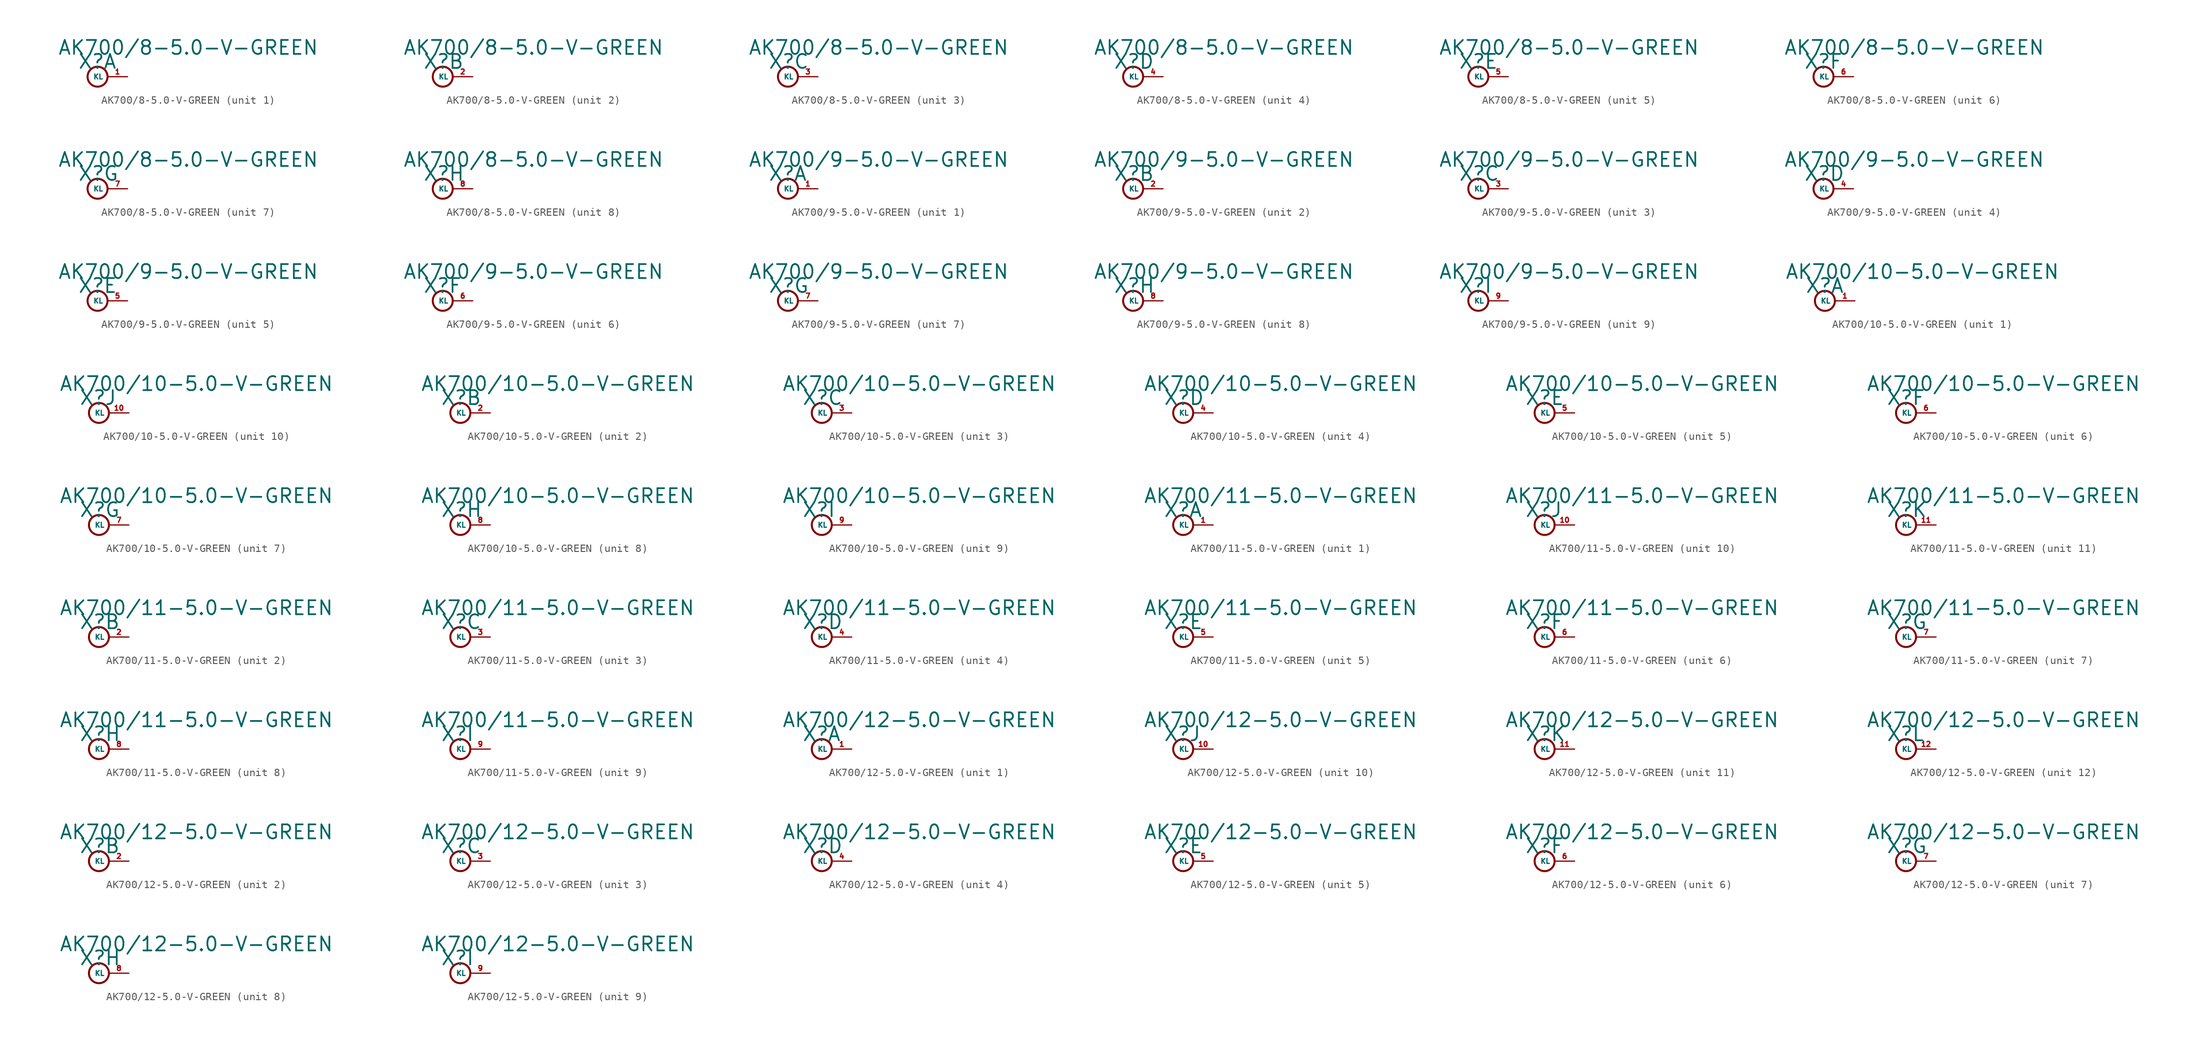
<source format=kicad_sym>
(kicad_symbol_lib
  (version 20220914)
  (generator Eagle2Kicad)
  (symbol "AK700/8-5.0-V-GREEN"
    (property "Reference" "X"
      (at -1.27 0.889 0)
      (effects (font (size 1.778 1.778) (thickness 0.22)) (justify left bottom)))
    (property "Value" "AK700/8-5.0-V-GREEN"
      (at -3.81 2.667 0)
      (effects (font (size 1.778 1.778) (thickness 0.22)) (justify left bottom)))
    (symbol "AK700/8-5.0-V-GREEN_1_0"
      (circle (center 1.27 0) (radius 1.27) (stroke (width 0.254) (type default)) (fill (type none)))
      (pin passive line (at 5.08 0 180) (length 2.54) (name "KL" (effects (font (size 0.635 0.635) (thickness 0.08)) (justify left bottom))) (number "1" (effects (font (size 0.635 0.635) (thickness 0.08)) (justify left bottom)))))
    (symbol "AK700/8-5.0-V-GREEN_2_0"
      (circle (center 1.27 0) (radius 1.27) (stroke (width 0.254) (type default)) (fill (type none)))
      (pin passive line (at 5.08 0 180) (length 2.54) (name "KL" (effects (font (size 0.635 0.635) (thickness 0.08)) (justify left bottom))) (number "2" (effects (font (size 0.635 0.635) (thickness 0.08)) (justify left bottom)))))
    (symbol "AK700/8-5.0-V-GREEN_3_0"
      (circle (center 1.27 0) (radius 1.27) (stroke (width 0.254) (type default)) (fill (type none)))
      (pin passive line (at 5.08 0 180) (length 2.54) (name "KL" (effects (font (size 0.635 0.635) (thickness 0.08)) (justify left bottom))) (number "3" (effects (font (size 0.635 0.635) (thickness 0.08)) (justify left bottom)))))
    (symbol "AK700/8-5.0-V-GREEN_4_0"
      (circle (center 1.27 0) (radius 1.27) (stroke (width 0.254) (type default)) (fill (type none)))
      (pin passive line (at 5.08 0 180) (length 2.54) (name "KL" (effects (font (size 0.635 0.635) (thickness 0.08)) (justify left bottom))) (number "4" (effects (font (size 0.635 0.635) (thickness 0.08)) (justify left bottom)))))
    (symbol "AK700/8-5.0-V-GREEN_5_0"
      (circle (center 1.27 0) (radius 1.27) (stroke (width 0.254) (type default)) (fill (type none)))
      (pin passive line (at 5.08 0 180) (length 2.54) (name "KL" (effects (font (size 0.635 0.635) (thickness 0.08)) (justify left bottom))) (number "5" (effects (font (size 0.635 0.635) (thickness 0.08)) (justify left bottom)))))
    (symbol "AK700/8-5.0-V-GREEN_6_0"
      (circle (center 1.27 0) (radius 1.27) (stroke (width 0.254) (type default)) (fill (type none)))
      (pin passive line (at 5.08 0 180) (length 2.54) (name "KL" (effects (font (size 0.635 0.635) (thickness 0.08)) (justify left bottom))) (number "6" (effects (font (size 0.635 0.635) (thickness 0.08)) (justify left bottom)))))
    (symbol "AK700/8-5.0-V-GREEN_7_0"
      (circle (center 1.27 0) (radius 1.27) (stroke (width 0.254) (type default)) (fill (type none)))
      (pin passive line (at 5.08 0 180) (length 2.54) (name "KL" (effects (font (size 0.635 0.635) (thickness 0.08)) (justify left bottom))) (number "7" (effects (font (size 0.635 0.635) (thickness 0.08)) (justify left bottom)))))
    (symbol "AK700/8-5.0-V-GREEN_8_0"
      (circle (center 1.27 0) (radius 1.27) (stroke (width 0.254) (type default)) (fill (type none)))
      (pin passive line (at 5.08 0 180) (length 2.54) (name "KL" (effects (font (size 0.635 0.635) (thickness 0.08)) (justify left bottom))) (number "8" (effects (font (size 0.635 0.635) (thickness 0.08)) (justify left bottom))))))
  (symbol "AK700/9-5.0-V-GREEN"
    (property "Reference" "X"
      (at -1.27 0.889 0)
      (effects (font (size 1.778 1.778) (thickness 0.22)) (justify left bottom)))
    (property "Value" "AK700/9-5.0-V-GREEN"
      (at -3.81 2.667 0)
      (effects (font (size 1.778 1.778) (thickness 0.22)) (justify left bottom)))
    (symbol "AK700/9-5.0-V-GREEN_1_0"
      (circle (center 1.27 0) (radius 1.27) (stroke (width 0.254) (type default)) (fill (type none)))
      (pin passive line (at 5.08 0 180) (length 2.54) (name "KL" (effects (font (size 0.635 0.635) (thickness 0.08)) (justify left bottom))) (number "1" (effects (font (size 0.635 0.635) (thickness 0.08)) (justify left bottom)))))
    (symbol "AK700/9-5.0-V-GREEN_2_0"
      (circle (center 1.27 0) (radius 1.27) (stroke (width 0.254) (type default)) (fill (type none)))
      (pin passive line (at 5.08 0 180) (length 2.54) (name "KL" (effects (font (size 0.635 0.635) (thickness 0.08)) (justify left bottom))) (number "2" (effects (font (size 0.635 0.635) (thickness 0.08)) (justify left bottom)))))
    (symbol "AK700/9-5.0-V-GREEN_3_0"
      (circle (center 1.27 0) (radius 1.27) (stroke (width 0.254) (type default)) (fill (type none)))
      (pin passive line (at 5.08 0 180) (length 2.54) (name "KL" (effects (font (size 0.635 0.635) (thickness 0.08)) (justify left bottom))) (number "3" (effects (font (size 0.635 0.635) (thickness 0.08)) (justify left bottom)))))
    (symbol "AK700/9-5.0-V-GREEN_4_0"
      (circle (center 1.27 0) (radius 1.27) (stroke (width 0.254) (type default)) (fill (type none)))
      (pin passive line (at 5.08 0 180) (length 2.54) (name "KL" (effects (font (size 0.635 0.635) (thickness 0.08)) (justify left bottom))) (number "4" (effects (font (size 0.635 0.635) (thickness 0.08)) (justify left bottom)))))
    (symbol "AK700/9-5.0-V-GREEN_5_0"
      (circle (center 1.27 0) (radius 1.27) (stroke (width 0.254) (type default)) (fill (type none)))
      (pin passive line (at 5.08 0 180) (length 2.54) (name "KL" (effects (font (size 0.635 0.635) (thickness 0.08)) (justify left bottom))) (number "5" (effects (font (size 0.635 0.635) (thickness 0.08)) (justify left bottom)))))
    (symbol "AK700/9-5.0-V-GREEN_6_0"
      (circle (center 1.27 0) (radius 1.27) (stroke (width 0.254) (type default)) (fill (type none)))
      (pin passive line (at 5.08 0 180) (length 2.54) (name "KL" (effects (font (size 0.635 0.635) (thickness 0.08)) (justify left bottom))) (number "6" (effects (font (size 0.635 0.635) (thickness 0.08)) (justify left bottom)))))
    (symbol "AK700/9-5.0-V-GREEN_7_0"
      (circle (center 1.27 0) (radius 1.27) (stroke (width 0.254) (type default)) (fill (type none)))
      (pin passive line (at 5.08 0 180) (length 2.54) (name "KL" (effects (font (size 0.635 0.635) (thickness 0.08)) (justify left bottom))) (number "7" (effects (font (size 0.635 0.635) (thickness 0.08)) (justify left bottom)))))
    (symbol "AK700/9-5.0-V-GREEN_8_0"
      (circle (center 1.27 0) (radius 1.27) (stroke (width 0.254) (type default)) (fill (type none)))
      (pin passive line (at 5.08 0 180) (length 2.54) (name "KL" (effects (font (size 0.635 0.635) (thickness 0.08)) (justify left bottom))) (number "8" (effects (font (size 0.635 0.635) (thickness 0.08)) (justify left bottom)))))
    (symbol "AK700/9-5.0-V-GREEN_9_0"
      (circle (center 1.27 0) (radius 1.27) (stroke (width 0.254) (type default)) (fill (type none)))
      (pin passive line (at 5.08 0 180) (length 2.54) (name "KL" (effects (font (size 0.635 0.635) (thickness 0.08)) (justify left bottom))) (number "9" (effects (font (size 0.635 0.635) (thickness 0.08)) (justify left bottom))))))
  (symbol "AK700/10-5.0-V-GREEN"
    (property "Reference" "X"
      (at -1.27 0.889 0)
      (effects (font (size 1.778 1.778) (thickness 0.22)) (justify left bottom)))
    (property "Value" "AK700/10-5.0-V-GREEN"
      (at -3.81 2.667 0)
      (effects (font (size 1.778 1.778) (thickness 0.22)) (justify left bottom)))
    (symbol "AK700/10-5.0-V-GREEN_1_0"
      (circle (center 1.27 0) (radius 1.27) (stroke (width 0.254) (type default)) (fill (type none)))
      (pin passive line (at 5.08 0 180) (length 2.54) (name "KL" (effects (font (size 0.635 0.635) (thickness 0.08)) (justify left bottom))) (number "1" (effects (font (size 0.635 0.635) (thickness 0.08)) (justify left bottom)))))
    (symbol "AK700/10-5.0-V-GREEN_2_0"
      (circle (center 1.27 0) (radius 1.27) (stroke (width 0.254) (type default)) (fill (type none)))
      (pin passive line (at 5.08 0 180) (length 2.54) (name "KL" (effects (font (size 0.635 0.635) (thickness 0.08)) (justify left bottom))) (number "2" (effects (font (size 0.635 0.635) (thickness 0.08)) (justify left bottom)))))
    (symbol "AK700/10-5.0-V-GREEN_3_0"
      (circle (center 1.27 0) (radius 1.27) (stroke (width 0.254) (type default)) (fill (type none)))
      (pin passive line (at 5.08 0 180) (length 2.54) (name "KL" (effects (font (size 0.635 0.635) (thickness 0.08)) (justify left bottom))) (number "3" (effects (font (size 0.635 0.635) (thickness 0.08)) (justify left bottom)))))
    (symbol "AK700/10-5.0-V-GREEN_4_0"
      (circle (center 1.27 0) (radius 1.27) (stroke (width 0.254) (type default)) (fill (type none)))
      (pin passive line (at 5.08 0 180) (length 2.54) (name "KL" (effects (font (size 0.635 0.635) (thickness 0.08)) (justify left bottom))) (number "4" (effects (font (size 0.635 0.635) (thickness 0.08)) (justify left bottom)))))
    (symbol "AK700/10-5.0-V-GREEN_5_0"
      (circle (center 1.27 0) (radius 1.27) (stroke (width 0.254) (type default)) (fill (type none)))
      (pin passive line (at 5.08 0 180) (length 2.54) (name "KL" (effects (font (size 0.635 0.635) (thickness 0.08)) (justify left bottom))) (number "5" (effects (font (size 0.635 0.635) (thickness 0.08)) (justify left bottom)))))
    (symbol "AK700/10-5.0-V-GREEN_6_0"
      (circle (center 1.27 0) (radius 1.27) (stroke (width 0.254) (type default)) (fill (type none)))
      (pin passive line (at 5.08 0 180) (length 2.54) (name "KL" (effects (font (size 0.635 0.635) (thickness 0.08)) (justify left bottom))) (number "6" (effects (font (size 0.635 0.635) (thickness 0.08)) (justify left bottom)))))
    (symbol "AK700/10-5.0-V-GREEN_7_0"
      (circle (center 1.27 0) (radius 1.27) (stroke (width 0.254) (type default)) (fill (type none)))
      (pin passive line (at 5.08 0 180) (length 2.54) (name "KL" (effects (font (size 0.635 0.635) (thickness 0.08)) (justify left bottom))) (number "7" (effects (font (size 0.635 0.635) (thickness 0.08)) (justify left bottom)))))
    (symbol "AK700/10-5.0-V-GREEN_8_0"
      (circle (center 1.27 0) (radius 1.27) (stroke (width 0.254) (type default)) (fill (type none)))
      (pin passive line (at 5.08 0 180) (length 2.54) (name "KL" (effects (font (size 0.635 0.635) (thickness 0.08)) (justify left bottom))) (number "8" (effects (font (size 0.635 0.635) (thickness 0.08)) (justify left bottom)))))
    (symbol "AK700/10-5.0-V-GREEN_9_0"
      (circle (center 1.27 0) (radius 1.27) (stroke (width 0.254) (type default)) (fill (type none)))
      (pin passive line (at 5.08 0 180) (length 2.54) (name "KL" (effects (font (size 0.635 0.635) (thickness 0.08)) (justify left bottom))) (number "9" (effects (font (size 0.635 0.635) (thickness 0.08)) (justify left bottom)))))
    (symbol "AK700/10-5.0-V-GREEN_10_0"
      (circle (center 1.27 0) (radius 1.27) (stroke (width 0.254) (type default)) (fill (type none)))
      (pin passive line (at 5.08 0 180) (length 2.54) (name "KL" (effects (font (size 0.635 0.635) (thickness 0.08)) (justify left bottom))) (number "10" (effects (font (size 0.635 0.635) (thickness 0.08)) (justify left bottom))))))
  (symbol "AK700/11-5.0-V-GREEN"
    (property "Reference" "X"
      (at -1.27 0.889 0)
      (effects (font (size 1.778 1.778) (thickness 0.22)) (justify left bottom)))
    (property "Value" "AK700/11-5.0-V-GREEN"
      (at -3.81 2.667 0)
      (effects (font (size 1.778 1.778) (thickness 0.22)) (justify left bottom)))
    (symbol "AK700/11-5.0-V-GREEN_1_0"
      (circle (center 1.27 0) (radius 1.27) (stroke (width 0.254) (type default)) (fill (type none)))
      (pin passive line (at 5.08 0 180) (length 2.54) (name "KL" (effects (font (size 0.635 0.635) (thickness 0.08)) (justify left bottom))) (number "1" (effects (font (size 0.635 0.635) (thickness 0.08)) (justify left bottom)))))
    (symbol "AK700/11-5.0-V-GREEN_2_0"
      (circle (center 1.27 0) (radius 1.27) (stroke (width 0.254) (type default)) (fill (type none)))
      (pin passive line (at 5.08 0 180) (length 2.54) (name "KL" (effects (font (size 0.635 0.635) (thickness 0.08)) (justify left bottom))) (number "2" (effects (font (size 0.635 0.635) (thickness 0.08)) (justify left bottom)))))
    (symbol "AK700/11-5.0-V-GREEN_3_0"
      (circle (center 1.27 0) (radius 1.27) (stroke (width 0.254) (type default)) (fill (type none)))
      (pin passive line (at 5.08 0 180) (length 2.54) (name "KL" (effects (font (size 0.635 0.635) (thickness 0.08)) (justify left bottom))) (number "3" (effects (font (size 0.635 0.635) (thickness 0.08)) (justify left bottom)))))
    (symbol "AK700/11-5.0-V-GREEN_4_0"
      (circle (center 1.27 0) (radius 1.27) (stroke (width 0.254) (type default)) (fill (type none)))
      (pin passive line (at 5.08 0 180) (length 2.54) (name "KL" (effects (font (size 0.635 0.635) (thickness 0.08)) (justify left bottom))) (number "4" (effects (font (size 0.635 0.635) (thickness 0.08)) (justify left bottom)))))
    (symbol "AK700/11-5.0-V-GREEN_5_0"
      (circle (center 1.27 0) (radius 1.27) (stroke (width 0.254) (type default)) (fill (type none)))
      (pin passive line (at 5.08 0 180) (length 2.54) (name "KL" (effects (font (size 0.635 0.635) (thickness 0.08)) (justify left bottom))) (number "5" (effects (font (size 0.635 0.635) (thickness 0.08)) (justify left bottom)))))
    (symbol "AK700/11-5.0-V-GREEN_6_0"
      (circle (center 1.27 0) (radius 1.27) (stroke (width 0.254) (type default)) (fill (type none)))
      (pin passive line (at 5.08 0 180) (length 2.54) (name "KL" (effects (font (size 0.635 0.635) (thickness 0.08)) (justify left bottom))) (number "6" (effects (font (size 0.635 0.635) (thickness 0.08)) (justify left bottom)))))
    (symbol "AK700/11-5.0-V-GREEN_7_0"
      (circle (center 1.27 0) (radius 1.27) (stroke (width 0.254) (type default)) (fill (type none)))
      (pin passive line (at 5.08 0 180) (length 2.54) (name "KL" (effects (font (size 0.635 0.635) (thickness 0.08)) (justify left bottom))) (number "7" (effects (font (size 0.635 0.635) (thickness 0.08)) (justify left bottom)))))
    (symbol "AK700/11-5.0-V-GREEN_8_0"
      (circle (center 1.27 0) (radius 1.27) (stroke (width 0.254) (type default)) (fill (type none)))
      (pin passive line (at 5.08 0 180) (length 2.54) (name "KL" (effects (font (size 0.635 0.635) (thickness 0.08)) (justify left bottom))) (number "8" (effects (font (size 0.635 0.635) (thickness 0.08)) (justify left bottom)))))
    (symbol "AK700/11-5.0-V-GREEN_9_0"
      (circle (center 1.27 0) (radius 1.27) (stroke (width 0.254) (type default)) (fill (type none)))
      (pin passive line (at 5.08 0 180) (length 2.54) (name "KL" (effects (font (size 0.635 0.635) (thickness 0.08)) (justify left bottom))) (number "9" (effects (font (size 0.635 0.635) (thickness 0.08)) (justify left bottom)))))
    (symbol "AK700/11-5.0-V-GREEN_10_0"
      (circle (center 1.27 0) (radius 1.27) (stroke (width 0.254) (type default)) (fill (type none)))
      (pin passive line (at 5.08 0 180) (length 2.54) (name "KL" (effects (font (size 0.635 0.635) (thickness 0.08)) (justify left bottom))) (number "10" (effects (font (size 0.635 0.635) (thickness 0.08)) (justify left bottom)))))
    (symbol "AK700/11-5.0-V-GREEN_11_0"
      (circle (center 1.27 0) (radius 1.27) (stroke (width 0.254) (type default)) (fill (type none)))
      (pin passive line (at 5.08 0 180) (length 2.54) (name "KL" (effects (font (size 0.635 0.635) (thickness 0.08)) (justify left bottom))) (number "11" (effects (font (size 0.635 0.635) (thickness 0.08)) (justify left bottom))))))
  (symbol "AK700/12-5.0-V-GREEN"
    (property "Reference" "X"
      (at -1.27 0.889 0)
      (effects (font (size 1.778 1.778) (thickness 0.22)) (justify left bottom)))
    (property "Value" "AK700/12-5.0-V-GREEN"
      (at -3.81 2.667 0)
      (effects (font (size 1.778 1.778) (thickness 0.22)) (justify left bottom)))
    (symbol "AK700/12-5.0-V-GREEN_1_0"
      (circle (center 1.27 0) (radius 1.27) (stroke (width 0.254) (type default)) (fill (type none)))
      (pin passive line (at 5.08 0 180) (length 2.54) (name "KL" (effects (font (size 0.635 0.635) (thickness 0.08)) (justify left bottom))) (number "1" (effects (font (size 0.635 0.635) (thickness 0.08)) (justify left bottom)))))
    (symbol "AK700/12-5.0-V-GREEN_2_0"
      (circle (center 1.27 0) (radius 1.27) (stroke (width 0.254) (type default)) (fill (type none)))
      (pin passive line (at 5.08 0 180) (length 2.54) (name "KL" (effects (font (size 0.635 0.635) (thickness 0.08)) (justify left bottom))) (number "2" (effects (font (size 0.635 0.635) (thickness 0.08)) (justify left bottom)))))
    (symbol "AK700/12-5.0-V-GREEN_3_0"
      (circle (center 1.27 0) (radius 1.27) (stroke (width 0.254) (type default)) (fill (type none)))
      (pin passive line (at 5.08 0 180) (length 2.54) (name "KL" (effects (font (size 0.635 0.635) (thickness 0.08)) (justify left bottom))) (number "3" (effects (font (size 0.635 0.635) (thickness 0.08)) (justify left bottom)))))
    (symbol "AK700/12-5.0-V-GREEN_4_0"
      (circle (center 1.27 0) (radius 1.27) (stroke (width 0.254) (type default)) (fill (type none)))
      (pin passive line (at 5.08 0 180) (length 2.54) (name "KL" (effects (font (size 0.635 0.635) (thickness 0.08)) (justify left bottom))) (number "4" (effects (font (size 0.635 0.635) (thickness 0.08)) (justify left bottom)))))
    (symbol "AK700/12-5.0-V-GREEN_5_0"
      (circle (center 1.27 0) (radius 1.27) (stroke (width 0.254) (type default)) (fill (type none)))
      (pin passive line (at 5.08 0 180) (length 2.54) (name "KL" (effects (font (size 0.635 0.635) (thickness 0.08)) (justify left bottom))) (number "5" (effects (font (size 0.635 0.635) (thickness 0.08)) (justify left bottom)))))
    (symbol "AK700/12-5.0-V-GREEN_6_0"
      (circle (center 1.27 0) (radius 1.27) (stroke (width 0.254) (type default)) (fill (type none)))
      (pin passive line (at 5.08 0 180) (length 2.54) (name "KL" (effects (font (size 0.635 0.635) (thickness 0.08)) (justify left bottom))) (number "6" (effects (font (size 0.635 0.635) (thickness 0.08)) (justify left bottom)))))
    (symbol "AK700/12-5.0-V-GREEN_7_0"
      (circle (center 1.27 0) (radius 1.27) (stroke (width 0.254) (type default)) (fill (type none)))
      (pin passive line (at 5.08 0 180) (length 2.54) (name "KL" (effects (font (size 0.635 0.635) (thickness 0.08)) (justify left bottom))) (number "7" (effects (font (size 0.635 0.635) (thickness 0.08)) (justify left bottom)))))
    (symbol "AK700/12-5.0-V-GREEN_8_0"
      (circle (center 1.27 0) (radius 1.27) (stroke (width 0.254) (type default)) (fill (type none)))
      (pin passive line (at 5.08 0 180) (length 2.54) (name "KL" (effects (font (size 0.635 0.635) (thickness 0.08)) (justify left bottom))) (number "8" (effects (font (size 0.635 0.635) (thickness 0.08)) (justify left bottom)))))
    (symbol "AK700/12-5.0-V-GREEN_9_0"
      (circle (center 1.27 0) (radius 1.27) (stroke (width 0.254) (type default)) (fill (type none)))
      (pin passive line (at 5.08 0 180) (length 2.54) (name "KL" (effects (font (size 0.635 0.635) (thickness 0.08)) (justify left bottom))) (number "9" (effects (font (size 0.635 0.635) (thickness 0.08)) (justify left bottom)))))
    (symbol "AK700/12-5.0-V-GREEN_10_0"
      (circle (center 1.27 0) (radius 1.27) (stroke (width 0.254) (type default)) (fill (type none)))
      (pin passive line (at 5.08 0 180) (length 2.54) (name "KL" (effects (font (size 0.635 0.635) (thickness 0.08)) (justify left bottom))) (number "10" (effects (font (size 0.635 0.635) (thickness 0.08)) (justify left bottom)))))
    (symbol "AK700/12-5.0-V-GREEN_11_0"
      (circle (center 1.27 0) (radius 1.27) (stroke (width 0.254) (type default)) (fill (type none)))
      (pin passive line (at 5.08 0 180) (length 2.54) (name "KL" (effects (font (size 0.635 0.635) (thickness 0.08)) (justify left bottom))) (number "11" (effects (font (size 0.635 0.635) (thickness 0.08)) (justify left bottom)))))
    (symbol "AK700/12-5.0-V-GREEN_12_0"
      (circle (center 1.27 0) (radius 1.27) (stroke (width 0.254) (type default)) (fill (type none)))
      (pin passive line (at 5.08 0 180) (length 2.54) (name "KL" (effects (font (size 0.635 0.635) (thickness 0.08)) (justify left bottom))) (number "12" (effects (font (size 0.635 0.635) (thickness 0.08)) (justify left bottom)))))))
</source>
